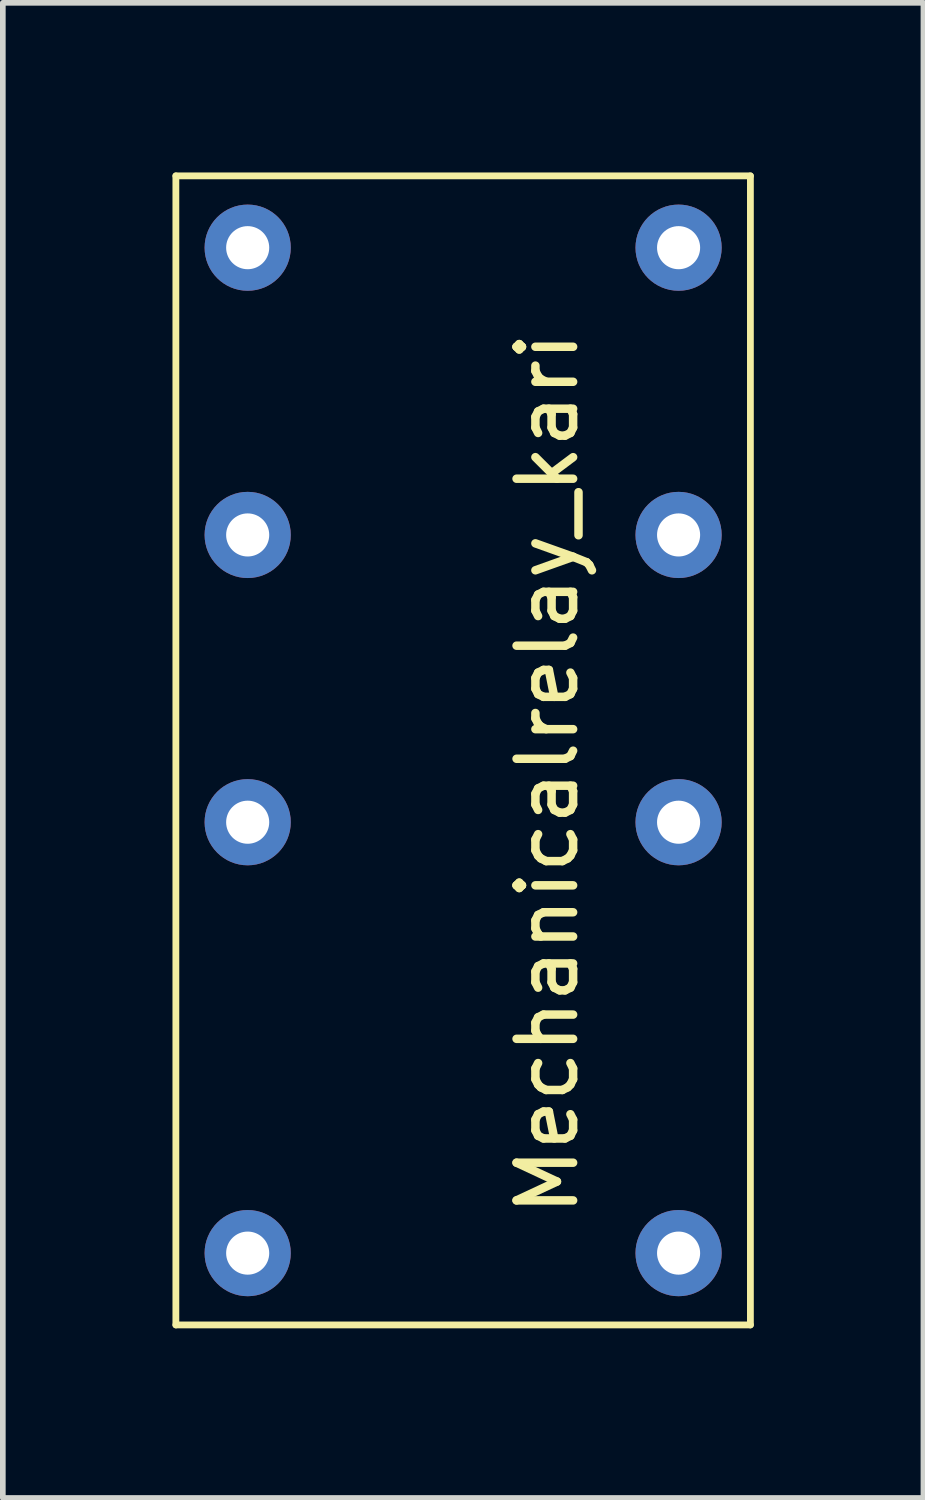
<source format=kicad_pcb>
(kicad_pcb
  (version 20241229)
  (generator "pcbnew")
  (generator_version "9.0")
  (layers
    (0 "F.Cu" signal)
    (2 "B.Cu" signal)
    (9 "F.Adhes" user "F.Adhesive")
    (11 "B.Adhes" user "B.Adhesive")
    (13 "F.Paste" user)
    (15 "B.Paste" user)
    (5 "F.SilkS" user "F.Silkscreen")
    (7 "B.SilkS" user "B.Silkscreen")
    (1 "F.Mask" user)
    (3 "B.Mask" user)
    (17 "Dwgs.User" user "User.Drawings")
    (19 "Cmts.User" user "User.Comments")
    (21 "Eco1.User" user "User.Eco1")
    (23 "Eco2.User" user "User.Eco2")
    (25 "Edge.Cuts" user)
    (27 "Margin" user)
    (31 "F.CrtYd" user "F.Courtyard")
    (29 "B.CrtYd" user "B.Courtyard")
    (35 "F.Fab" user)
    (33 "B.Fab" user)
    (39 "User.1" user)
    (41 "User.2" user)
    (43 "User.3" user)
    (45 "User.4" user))
  (footprint "Mechanicalrelay_kari"
    (layer "F.Cu")
    (at 1.33 1.33)
    (property "Reference" "Mechanicalrelay_kari" (at 5.3 9.3 90) (layer "F.SilkS") (effects (font (size 1 1) (thickness 0.15))))
    (attr through_hole)
    (fp_line (start -1.27 -1.27) (end 8.89 -1.27) (stroke (width 0.12) (type solid)) (layer "F.SilkS"))
    (fp_line (start -1.27 19.05) (end -1.27 -1.27) (stroke (width 0.12) (type solid)) (layer "F.SilkS"))
    (fp_line (start 8.89 -1.27) (end 8.89 19.05) (stroke (width 0.12) (type solid)) (layer "F.SilkS"))
    (fp_line (start 8.89 19.05) (end -1.27 19.05) (stroke (width 0.12) (type solid)) (layer "F.SilkS"))
    (pad "1" thru_hole circle (at 0 0) (size 1.524 1.524) (drill 0.762) (layers "*.Cu" "*.Mask"))
    (pad "2" thru_hole circle (at 7.62 0) (size 1.524 1.524) (drill 0.762) (layers "*.Cu" "*.Mask"))
    (pad "3" thru_hole circle (at 0 5.08) (size 1.524 1.524) (drill 0.762) (layers "*.Cu" "*.Mask"))
    (pad "4" thru_hole circle (at 7.62 5.08) (size 1.524 1.524) (drill 0.762) (layers "*.Cu" "*.Mask"))
    (pad "5" thru_hole circle (at 0 10.16) (size 1.524 1.524) (drill 0.762) (layers "*.Cu" "*.Mask"))
    (pad "6" thru_hole circle (at 7.62 10.16) (size 1.524 1.524) (drill 0.762) (layers "*.Cu" "*.Mask"))
    (pad "7" thru_hole circle (at 0 17.78) (size 1.524 1.524) (drill 0.762) (layers "*.Cu" "*.Mask"))
    (pad "8" thru_hole circle (at 7.62 17.78) (size 1.524 1.524) (drill 0.762) (layers "*.Cu" "*.Mask")))
  (gr_rect
    (start -3 -3)
    (end 13.28 23.44)
    (stroke (width 0.1) (type default))
    (fill no)
    (layer "Edge.Cuts")))
</source>
